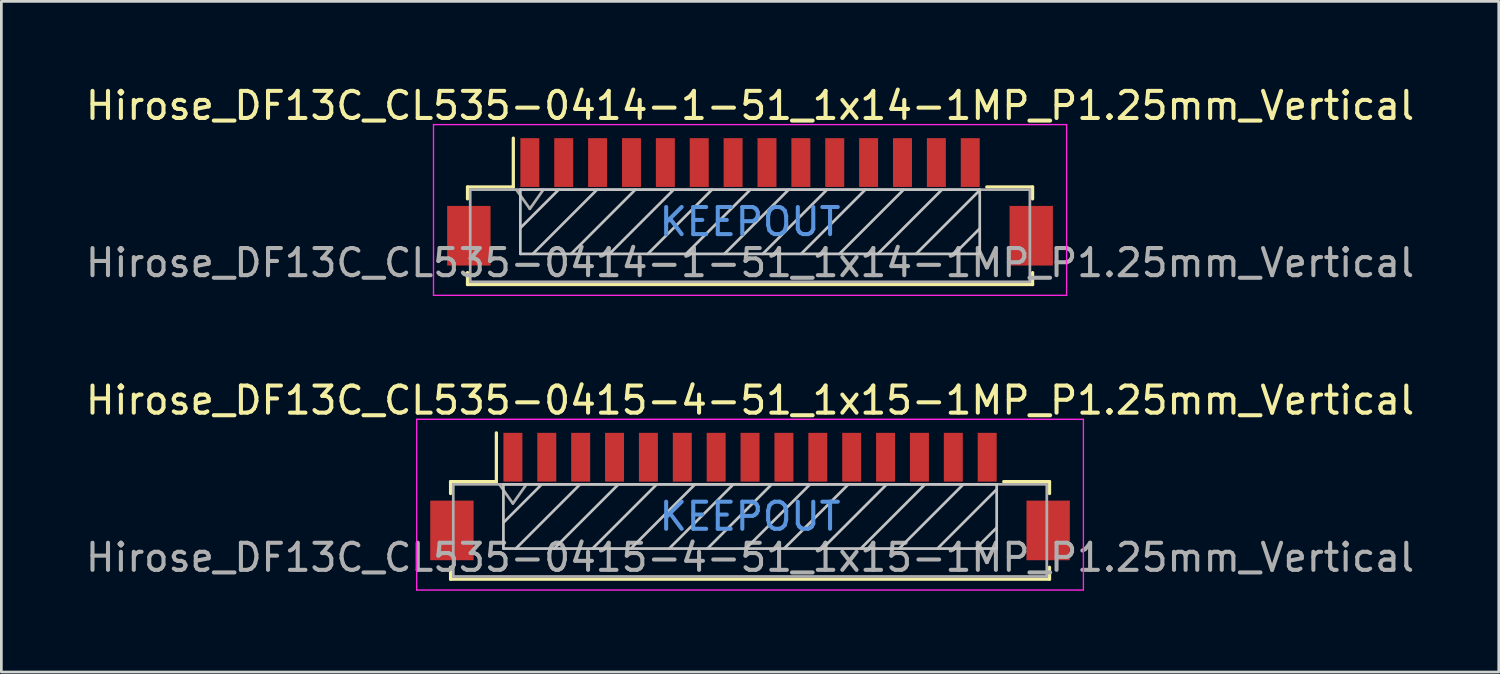
<source format=kicad_pcb>
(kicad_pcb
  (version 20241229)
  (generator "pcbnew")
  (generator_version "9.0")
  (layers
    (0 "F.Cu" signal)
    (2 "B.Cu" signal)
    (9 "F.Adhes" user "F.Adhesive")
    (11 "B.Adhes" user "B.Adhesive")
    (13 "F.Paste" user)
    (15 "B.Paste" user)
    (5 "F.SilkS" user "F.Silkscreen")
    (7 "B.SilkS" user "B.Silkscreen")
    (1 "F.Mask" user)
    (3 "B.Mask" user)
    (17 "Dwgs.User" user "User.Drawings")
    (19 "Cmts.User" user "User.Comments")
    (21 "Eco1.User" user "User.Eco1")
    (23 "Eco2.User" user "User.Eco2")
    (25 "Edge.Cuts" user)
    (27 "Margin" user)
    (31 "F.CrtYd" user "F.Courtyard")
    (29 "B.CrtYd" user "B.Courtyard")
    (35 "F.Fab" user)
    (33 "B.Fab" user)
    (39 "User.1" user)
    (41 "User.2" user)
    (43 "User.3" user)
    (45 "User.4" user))
  (footprint "Hirose_DF13C_CL535-0415-4-51_1x15-1MP_P1.25mm_Vertical"
    (layer "F.Cu")
    (at 24.625 15.271)
    (property "Reference" "Hirose_DF13C_CL535-0415-4-51_1x15-1MP_P1.25mm_Vertical" (at 0 -3.55 0) (layer "F.SilkS") (effects (font (size 1 1) (thickness 0.15))))
    (attr smd)
    (fp_line (start -11.05 -0.55) (end -11.05 -0.11) (stroke (width 0.12) (type solid)) (layer "F.SilkS"))
    (fp_line (start -11.05 2.61) (end -11.05 3.05) (stroke (width 0.12) (type solid)) (layer "F.SilkS"))
    (fp_line (start -11.05 3.05) (end 11.05 3.05) (stroke (width 0.12) (type solid)) (layer "F.SilkS"))
    (fp_line (start -9.36 -0.55) (end -11.05 -0.55) (stroke (width 0.12) (type solid)) (layer "F.SilkS"))
    (fp_line (start -9.36 -0.55) (end -9.36 -2.35) (stroke (width 0.12) (type solid)) (layer "F.SilkS"))
    (fp_line (start 9.36 -0.55) (end 11.05 -0.55) (stroke (width 0.12) (type solid)) (layer "F.SilkS"))
    (fp_line (start 11.05 -0.55) (end 11.05 -0.11) (stroke (width 0.12) (type solid)) (layer "F.SilkS"))
    (fp_line (start 11.05 3.05) (end 11.05 2.61) (stroke (width 0.12) (type solid)) (layer "F.SilkS"))
    (fp_line (start -9.1 -0.45) (end -9.1 1.92) (stroke (width 0.1) (type solid)) (layer "Dwgs.User"))
    (fp_line (start -9.1 1.92) (end 9.1 1.92) (stroke (width 0.1) (type solid)) (layer "Dwgs.User"))
    (fp_line (start -7.686 -0.45) (end -9.1 0.964) (stroke (width 0.1) (type solid)) (layer "Dwgs.User"))
    (fp_line (start -6.272 -0.45) (end -8.642 1.92) (stroke (width 0.1) (type solid)) (layer "Dwgs.User"))
    (fp_line (start -4.857 -0.45) (end -7.227 1.92) (stroke (width 0.1) (type solid)) (layer "Dwgs.User"))
    (fp_line (start -3.443 -0.45) (end -5.813 1.92) (stroke (width 0.1) (type solid)) (layer "Dwgs.User"))
    (fp_line (start -2.029 -0.45) (end -4.399 1.92) (stroke (width 0.1) (type solid)) (layer "Dwgs.User"))
    (fp_line (start -0.615 -0.45) (end -2.985 1.92) (stroke (width 0.1) (type solid)) (layer "Dwgs.User"))
    (fp_line (start 0.799 -0.45) (end -1.571 1.92) (stroke (width 0.1) (type solid)) (layer "Dwgs.User"))
    (fp_line (start 2.214 -0.45) (end -0.156 1.92) (stroke (width 0.1) (type solid)) (layer "Dwgs.User"))
    (fp_line (start 3.628 -0.45) (end 1.258 1.92) (stroke (width 0.1) (type solid)) (layer "Dwgs.User"))
    (fp_line (start 5.042 -0.45) (end 2.672 1.92) (stroke (width 0.1) (type solid)) (layer "Dwgs.User"))
    (fp_line (start 6.456 -0.45) (end 4.086 1.92) (stroke (width 0.1) (type solid)) (layer "Dwgs.User"))
    (fp_line (start 7.871 -0.45) (end 5.501 1.92) (stroke (width 0.1) (type solid)) (layer "Dwgs.User"))
    (fp_line (start 9.1 -0.45) (end -9.1 -0.45) (stroke (width 0.1) (type solid)) (layer "Dwgs.User"))
    (fp_line (start 9.1 -0.265) (end 6.915 1.92) (stroke (width 0.1) (type solid)) (layer "Dwgs.User"))
    (fp_line (start 9.1 1.149) (end 8.329 1.92) (stroke (width 0.1) (type solid)) (layer "Dwgs.User"))
    (fp_line (start 9.1 1.92) (end 9.1 -0.45) (stroke (width 0.1) (type solid)) (layer "Dwgs.User"))
    (fp_line (start -12.3 -2.85) (end -12.3 3.45) (stroke (width 0.05) (type solid)) (layer "F.CrtYd"))
    (fp_line (start -12.3 3.45) (end 12.3 3.45) (stroke (width 0.05) (type solid)) (layer "F.CrtYd"))
    (fp_line (start 12.3 -2.85) (end -12.3 -2.85) (stroke (width 0.05) (type solid)) (layer "F.CrtYd"))
    (fp_line (start 12.3 3.45) (end 12.3 -2.85) (stroke (width 0.05) (type solid)) (layer "F.CrtYd"))
    (fp_line (start -10.95 -0.45) (end -10.95 2.95) (stroke (width 0.1) (type solid)) (layer "F.Fab"))
    (fp_line (start -10.95 2.95) (end 10.95 2.95) (stroke (width 0.1) (type solid)) (layer "F.Fab"))
    (fp_line (start -9.25 -0.45) (end -8.75 0.257) (stroke (width 0.1) (type solid)) (layer "F.Fab"))
    (fp_line (start -8.75 0.257) (end -8.25 -0.45) (stroke (width 0.1) (type solid)) (layer "F.Fab"))
    (fp_line (start 10.95 -0.45) (end -10.95 -0.45) (stroke (width 0.1) (type solid)) (layer "F.Fab"))
    (fp_line (start 10.95 2.95) (end 10.95 -0.45) (stroke (width 0.1) (type solid)) (layer "F.Fab"))
    (fp_text user "KEEPOUT" (at 0 0.735 0) (layer "Cmts.User") (effects (font (size 1 1) (thickness 0.15))))
    (fp_text user "${REFERENCE}" (at 0 2.25 0) (layer "F.Fab") (effects (font (size 1 1) (thickness 0.15))))
    (pad "1" smd rect (at -8.75 -1.45) (size 0.7 1.8) (layers "F.Cu" "F.Mask" "F.Paste"))
    (pad "2" smd rect (at -7.5 -1.45) (size 0.7 1.8) (layers "F.Cu" "F.Mask" "F.Paste"))
    (pad "3" smd rect (at -6.25 -1.45) (size 0.7 1.8) (layers "F.Cu" "F.Mask" "F.Paste"))
    (pad "4" smd rect (at -5 -1.45) (size 0.7 1.8) (layers "F.Cu" "F.Mask" "F.Paste"))
    (pad "5" smd rect (at -3.75 -1.45) (size 0.7 1.8) (layers "F.Cu" "F.Mask" "F.Paste"))
    (pad "6" smd rect (at -2.5 -1.45) (size 0.7 1.8) (layers "F.Cu" "F.Mask" "F.Paste"))
    (pad "7" smd rect (at -1.25 -1.45) (size 0.7 1.8) (layers "F.Cu" "F.Mask" "F.Paste"))
    (pad "8" smd rect (at 0 -1.45) (size 0.7 1.8) (layers "F.Cu" "F.Mask" "F.Paste"))
    (pad "9" smd rect (at 1.25 -1.45) (size 0.7 1.8) (layers "F.Cu" "F.Mask" "F.Paste"))
    (pad "10" smd rect (at 2.5 -1.45) (size 0.7 1.8) (layers "F.Cu" "F.Mask" "F.Paste"))
    (pad "11" smd rect (at 3.75 -1.45) (size 0.7 1.8) (layers "F.Cu" "F.Mask" "F.Paste"))
    (pad "12" smd rect (at 5 -1.45) (size 0.7 1.8) (layers "F.Cu" "F.Mask" "F.Paste"))
    (pad "13" smd rect (at 6.25 -1.45) (size 0.7 1.8) (layers "F.Cu" "F.Mask" "F.Paste"))
    (pad "14" smd rect (at 7.5 -1.45) (size 0.7 1.8) (layers "F.Cu" "F.Mask" "F.Paste"))
    (pad "15" smd rect (at 8.75 -1.45) (size 0.7 1.8) (layers "F.Cu" "F.Mask" "F.Paste"))
    (pad "MP" smd rect (at -11 1.25) (size 1.6 2.2) (layers "F.Cu" "F.Mask" "F.Paste"))
    (pad "MP" smd rect (at 11 1.25) (size 1.6 2.2) (layers "F.Cu" "F.Mask" "F.Paste")))
  (footprint "Hirose_DF13C_CL535-0414-1-51_1x14-1MP_P1.25mm_Vertical"
    (layer "F.Cu")
    (at 24.625 4.398)
    (property "Reference" "Hirose_DF13C_CL535-0414-1-51_1x14-1MP_P1.25mm_Vertical" (at 0 -3.55 0) (layer "F.SilkS") (effects (font (size 1 1) (thickness 0.15))))
    (attr smd)
    (fp_line (start -10.425 -0.55) (end -10.425 -0.11) (stroke (width 0.12) (type solid)) (layer "F.SilkS"))
    (fp_line (start -10.425 2.61) (end -10.425 3.05) (stroke (width 0.12) (type solid)) (layer "F.SilkS"))
    (fp_line (start -10.425 3.05) (end 10.425 3.05) (stroke (width 0.12) (type solid)) (layer "F.SilkS"))
    (fp_line (start -8.735 -0.55) (end -10.425 -0.55) (stroke (width 0.12) (type solid)) (layer "F.SilkS"))
    (fp_line (start -8.735 -0.55) (end -8.735 -2.35) (stroke (width 0.12) (type solid)) (layer "F.SilkS"))
    (fp_line (start 8.735 -0.55) (end 10.425 -0.55) (stroke (width 0.12) (type solid)) (layer "F.SilkS"))
    (fp_line (start 10.425 -0.55) (end 10.425 -0.11) (stroke (width 0.12) (type solid)) (layer "F.SilkS"))
    (fp_line (start 10.425 3.05) (end 10.425 2.61) (stroke (width 0.12) (type solid)) (layer "F.SilkS"))
    (fp_line (start -8.475 -0.45) (end -8.475 1.92) (stroke (width 0.1) (type solid)) (layer "Dwgs.User"))
    (fp_line (start -8.475 1.92) (end 8.475 1.92) (stroke (width 0.1) (type solid)) (layer "Dwgs.User"))
    (fp_line (start -7.061 -0.45) (end -8.475 0.964) (stroke (width 0.1) (type solid)) (layer "Dwgs.User"))
    (fp_line (start -5.647 -0.45) (end -8.017 1.92) (stroke (width 0.1) (type solid)) (layer "Dwgs.User"))
    (fp_line (start -4.232 -0.45) (end -6.602 1.92) (stroke (width 0.1) (type solid)) (layer "Dwgs.User"))
    (fp_line (start -2.818 -0.45) (end -5.188 1.92) (stroke (width 0.1) (type solid)) (layer "Dwgs.User"))
    (fp_line (start -1.404 -0.45) (end -3.774 1.92) (stroke (width 0.1) (type solid)) (layer "Dwgs.User"))
    (fp_line (start 0.01 -0.45) (end -2.36 1.92) (stroke (width 0.1) (type solid)) (layer "Dwgs.User"))
    (fp_line (start 1.424 -0.45) (end -0.946 1.92) (stroke (width 0.1) (type solid)) (layer "Dwgs.User"))
    (fp_line (start 2.839 -0.45) (end 0.469 1.92) (stroke (width 0.1) (type solid)) (layer "Dwgs.User"))
    (fp_line (start 4.253 -0.45) (end 1.883 1.92) (stroke (width 0.1) (type solid)) (layer "Dwgs.User"))
    (fp_line (start 5.667 -0.45) (end 3.297 1.92) (stroke (width 0.1) (type solid)) (layer "Dwgs.User"))
    (fp_line (start 7.081 -0.45) (end 4.711 1.92) (stroke (width 0.1) (type solid)) (layer "Dwgs.User"))
    (fp_line (start 8.475 -0.45) (end -8.475 -0.45) (stroke (width 0.1) (type solid)) (layer "Dwgs.User"))
    (fp_line (start 8.475 -0.429) (end 6.126 1.92) (stroke (width 0.1) (type solid)) (layer "Dwgs.User"))
    (fp_line (start 8.475 0.985) (end 7.54 1.92) (stroke (width 0.1) (type solid)) (layer "Dwgs.User"))
    (fp_line (start 8.475 1.92) (end 8.475 -0.45) (stroke (width 0.1) (type solid)) (layer "Dwgs.User"))
    (fp_line (start -11.68 -2.85) (end -11.68 3.45) (stroke (width 0.05) (type solid)) (layer "F.CrtYd"))
    (fp_line (start -11.68 3.45) (end 11.68 3.45) (stroke (width 0.05) (type solid)) (layer "F.CrtYd"))
    (fp_line (start 11.68 -2.85) (end -11.68 -2.85) (stroke (width 0.05) (type solid)) (layer "F.CrtYd"))
    (fp_line (start 11.68 3.45) (end 11.68 -2.85) (stroke (width 0.05) (type solid)) (layer "F.CrtYd"))
    (fp_line (start -10.325 -0.45) (end -10.325 2.95) (stroke (width 0.1) (type solid)) (layer "F.Fab"))
    (fp_line (start -10.325 2.95) (end 10.325 2.95) (stroke (width 0.1) (type solid)) (layer "F.Fab"))
    (fp_line (start -8.625 -0.45) (end -8.125 0.257) (stroke (width 0.1) (type solid)) (layer "F.Fab"))
    (fp_line (start -8.125 0.257) (end -7.625 -0.45) (stroke (width 0.1) (type solid)) (layer "F.Fab"))
    (fp_line (start 10.325 -0.45) (end -10.325 -0.45) (stroke (width 0.1) (type solid)) (layer "F.Fab"))
    (fp_line (start 10.325 2.95) (end 10.325 -0.45) (stroke (width 0.1) (type solid)) (layer "F.Fab"))
    (fp_text user "KEEPOUT" (at 0 0.735 0) (layer "Cmts.User") (effects (font (size 1 1) (thickness 0.15))))
    (fp_text user "${REFERENCE}" (at 0 2.25 0) (layer "F.Fab") (effects (font (size 1 1) (thickness 0.15))))
    (pad "1" smd rect (at -8.125 -1.45) (size 0.7 1.8) (layers "F.Cu" "F.Mask" "F.Paste"))
    (pad "2" smd rect (at -6.875 -1.45) (size 0.7 1.8) (layers "F.Cu" "F.Mask" "F.Paste"))
    (pad "3" smd rect (at -5.625 -1.45) (size 0.7 1.8) (layers "F.Cu" "F.Mask" "F.Paste"))
    (pad "4" smd rect (at -4.375 -1.45) (size 0.7 1.8) (layers "F.Cu" "F.Mask" "F.Paste"))
    (pad "5" smd rect (at -3.125 -1.45) (size 0.7 1.8) (layers "F.Cu" "F.Mask" "F.Paste"))
    (pad "6" smd rect (at -1.875 -1.45) (size 0.7 1.8) (layers "F.Cu" "F.Mask" "F.Paste"))
    (pad "7" smd rect (at -0.625 -1.45) (size 0.7 1.8) (layers "F.Cu" "F.Mask" "F.Paste"))
    (pad "8" smd rect (at 0.625 -1.45) (size 0.7 1.8) (layers "F.Cu" "F.Mask" "F.Paste"))
    (pad "9" smd rect (at 1.875 -1.45) (size 0.7 1.8) (layers "F.Cu" "F.Mask" "F.Paste"))
    (pad "10" smd rect (at 3.125 -1.45) (size 0.7 1.8) (layers "F.Cu" "F.Mask" "F.Paste"))
    (pad "11" smd rect (at 4.375 -1.45) (size 0.7 1.8) (layers "F.Cu" "F.Mask" "F.Paste"))
    (pad "12" smd rect (at 5.625 -1.45) (size 0.7 1.8) (layers "F.Cu" "F.Mask" "F.Paste"))
    (pad "13" smd rect (at 6.875 -1.45) (size 0.7 1.8) (layers "F.Cu" "F.Mask" "F.Paste"))
    (pad "14" smd rect (at 8.125 -1.45) (size 0.7 1.8) (layers "F.Cu" "F.Mask" "F.Paste"))
    (pad "MP" smd rect (at -10.375 1.25) (size 1.6 2.2) (layers "F.Cu" "F.Mask" "F.Paste"))
    (pad "MP" smd rect (at 10.375 1.25) (size 1.6 2.2) (layers "F.Cu" "F.Mask" "F.Paste")))
  (gr_rect
    (start -3 -3)
    (end 52.25 21.747)
    (stroke (width 0.1) (type default))
    (fill no)
    (layer "Edge.Cuts")))
</source>
